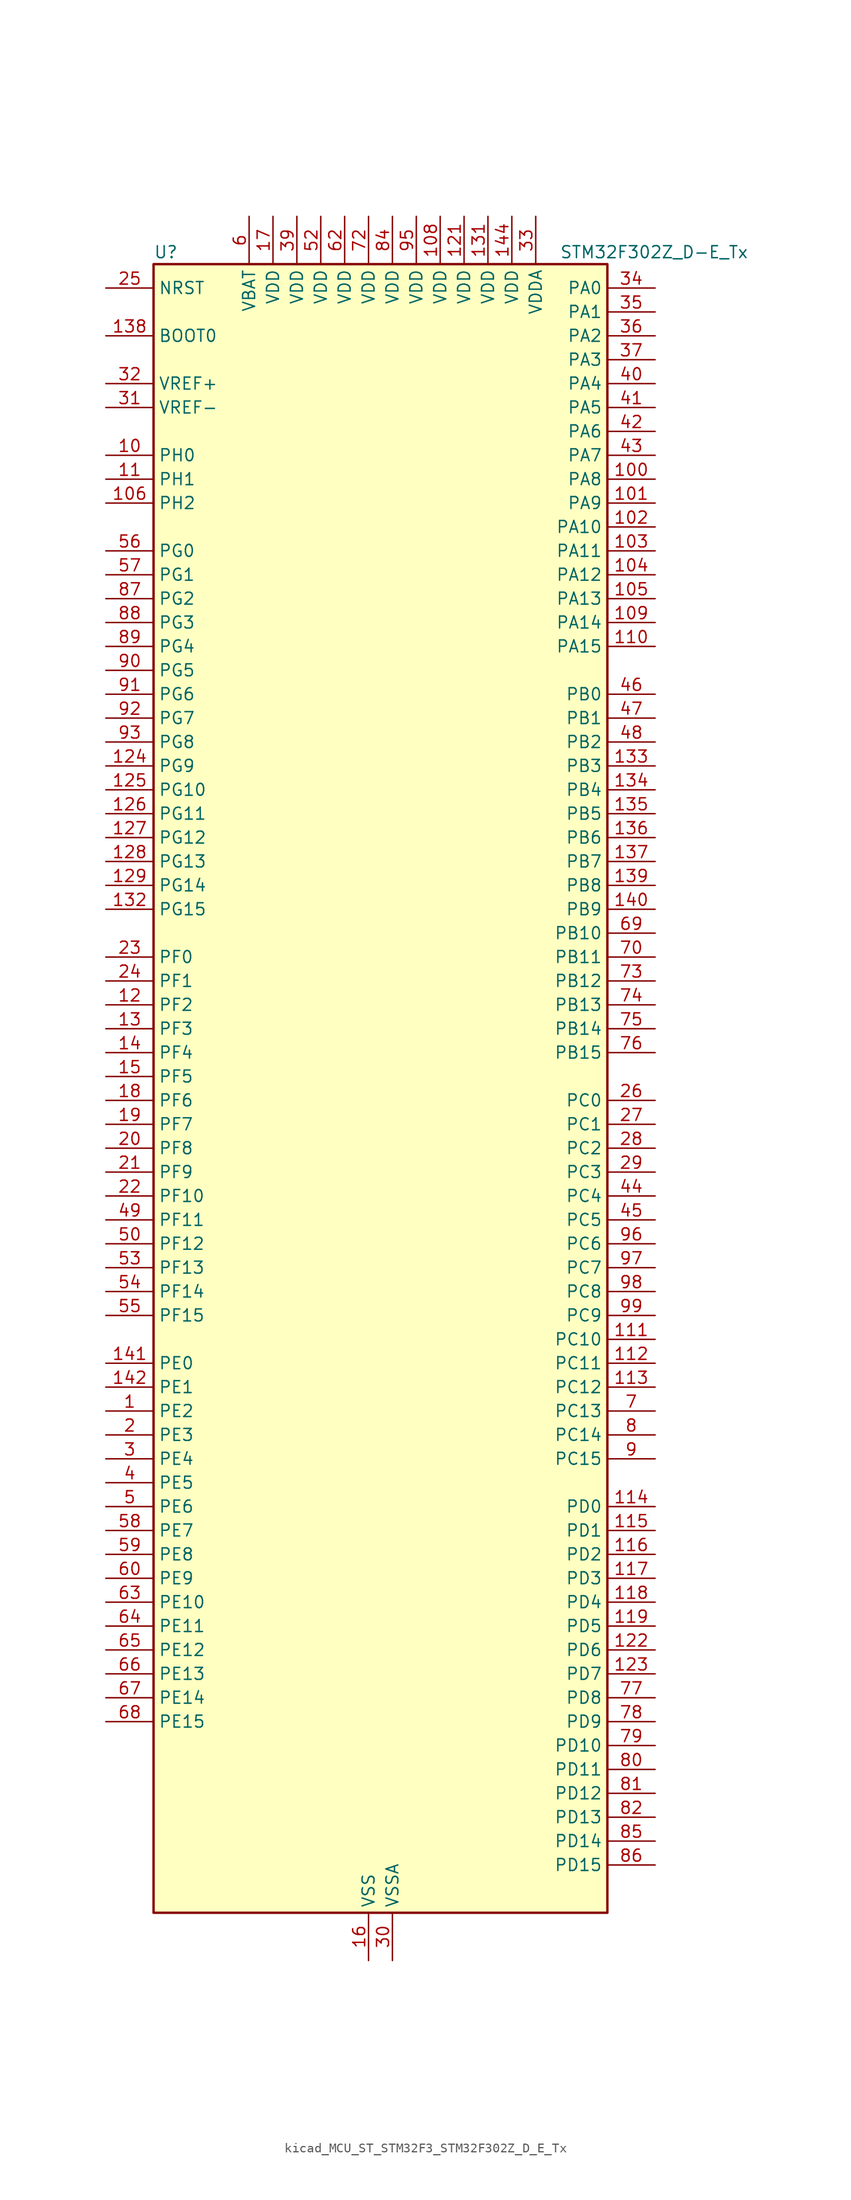
<source format=kicad_sym>
(kicad_symbol_lib
  (version 20220914)
  (generator kicad_symbol_editor)
  (symbol "kicad_MCU_ST_STM32F3_STM32F302Z_D_E_Tx"
    (property "Reference" "U"
      (at -22.86 90.17 0)
      (effects (font (size 1.27 1.27)) (justify left)))
    (property "Value" "STM32F302Z_D-E_Tx"
      (at 20.32 90.17 0)
      (effects (font (size 1.27 1.27)) (justify left)))
    (property "ki_locked" ""
      (at 0 0 0)
      (effects (font (size 1.27 1.27))))
    (symbol "kicad_MCU_ST_STM32F3_STM32F302Z_D_E_Tx_0_1"
      (rectangle (start -22.86 -86.36) (end 25.4 88.9) (stroke (width 0.254) (type default)) (fill (type background))))
    (symbol "kicad_MCU_ST_STM32F3_STM32F302Z_D_E_Tx_1_1"
      (pin bidirectional line (at -27.94 -33.02 0) (length 5.08) (name "PE2" (effects (font (size 1.27 1.27)))) (number "1" (effects (font (size 1.27 1.27)))) (alternate "FMC_A23" bidirectional line) (alternate "SPI4_SCK" bidirectional line) (alternate "SYS_TRACECK" bidirectional line) (alternate "TIM3_CH1" bidirectional line) (alternate "TSC_G7_IO1" bidirectional line))
      (pin bidirectional line (at -27.94 68.58 0) (length 5.08) (name "PH0" (effects (font (size 1.27 1.27)))) (number "10" (effects (font (size 1.27 1.27)))) (alternate "FMC_A0" bidirectional line))
      (pin bidirectional line (at 30.48 66.04 180) (length 5.08) (name "PA8" (effects (font (size 1.27 1.27)))) (number "100" (effects (font (size 1.27 1.27)))) (alternate "I2C2_SMBA" bidirectional line) (alternate "I2C3_SCL" bidirectional line) (alternate "I2S2_MCK" bidirectional line) (alternate "RCC_MCO" bidirectional line) (alternate "TIM1_CH1" bidirectional line) (alternate "TIM4_ETR" bidirectional line) (alternate "USART1_CK" bidirectional line))
      (pin bidirectional line (at 30.48 63.5 180) (length 5.08) (name "PA9" (effects (font (size 1.27 1.27)))) (number "101" (effects (font (size 1.27 1.27)))) (alternate "DAC1_EXTI9" bidirectional line) (alternate "I2C2_SCL" bidirectional line) (alternate "I2C3_SMBA" bidirectional line) (alternate "I2S3_MCK" bidirectional line) (alternate "TIM15_BKIN" bidirectional line) (alternate "TIM1_CH2" bidirectional line) (alternate "TIM2_CH3" bidirectional line) (alternate "TSC_G4_IO1" bidirectional line) (alternate "USART1_TX" bidirectional line))
      (pin bidirectional line (at 30.48 60.96 180) (length 5.08) (name "PA10" (effects (font (size 1.27 1.27)))) (number "102" (effects (font (size 1.27 1.27)))) (alternate "COMP6_OUT" bidirectional line) (alternate "I2C2_SDA" bidirectional line) (alternate "I2S2_ext_SD" bidirectional line) (alternate "SPI2_MISO" bidirectional line) (alternate "TIM17_BKIN" bidirectional line) (alternate "TIM1_CH3" bidirectional line) (alternate "TIM2_CH4" bidirectional line) (alternate "TSC_G4_IO2" bidirectional line) (alternate "USART1_RX" bidirectional line))
      (pin bidirectional line (at 30.48 58.42 180) (length 5.08) (name "PA11" (effects (font (size 1.27 1.27)))) (number "103" (effects (font (size 1.27 1.27)))) (alternate "ADC1_EXTI11" bidirectional line) (alternate "ADC2_EXTI11" bidirectional line) (alternate "CAN_RX" bidirectional line) (alternate "COMP1_OUT" bidirectional line) (alternate "I2S2_SD" bidirectional line) (alternate "SPI2_MOSI" bidirectional line) (alternate "TIM1_BKIN2" bidirectional line) (alternate "TIM1_CH1N" bidirectional line) (alternate "TIM1_CH4" bidirectional line) (alternate "TIM4_CH1" bidirectional line) (alternate "USART1_CTS" bidirectional line) (alternate "USB_DM" bidirectional line))
      (pin bidirectional line (at 30.48 55.88 180) (length 5.08) (name "PA12" (effects (font (size 1.27 1.27)))) (number "104" (effects (font (size 1.27 1.27)))) (alternate "CAN_TX" bidirectional line) (alternate "COMP2_OUT" bidirectional line) (alternate "I2S_CKIN" bidirectional line) (alternate "TIM16_CH1" bidirectional line) (alternate "TIM1_CH2N" bidirectional line) (alternate "TIM1_ETR" bidirectional line) (alternate "TIM4_CH2" bidirectional line) (alternate "USART1_DE" bidirectional line) (alternate "USART1_RTS" bidirectional line) (alternate "USB_DP" bidirectional line))
      (pin bidirectional line (at 30.48 53.34 180) (length 5.08) (name "PA13" (effects (font (size 1.27 1.27)))) (number "105" (effects (font (size 1.27 1.27)))) (alternate "IR_OUT" bidirectional line) (alternate "SYS_JTMS-SWDIO" bidirectional line) (alternate "TIM16_CH1N" bidirectional line) (alternate "TIM4_CH3" bidirectional line) (alternate "TSC_G4_IO3" bidirectional line) (alternate "USART3_CTS" bidirectional line))
      (pin bidirectional line (at -27.94 63.5 0) (length 5.08) (name "PH2" (effects (font (size 1.27 1.27)))) (number "106" (effects (font (size 1.27 1.27)))))
      (pin passive line (at 0 -91.44 90) (length 5.08) hide (name "VSS" (effects (font (size 1.27 1.27)))) (number "107" (effects (font (size 1.27 1.27)))))
      (pin power_in line (at 7.62 93.98 270) (length 5.08) (name "VDD" (effects (font (size 1.27 1.27)))) (number "108" (effects (font (size 1.27 1.27)))))
      (pin bidirectional line (at 30.48 50.8 180) (length 5.08) (name "PA14" (effects (font (size 1.27 1.27)))) (number "109" (effects (font (size 1.27 1.27)))) (alternate "I2C1_SDA" bidirectional line) (alternate "SYS_JTCK-SWCLK" bidirectional line) (alternate "TIM1_BKIN" bidirectional line) (alternate "TSC_G4_IO4" bidirectional line) (alternate "USART2_TX" bidirectional line))
      (pin bidirectional line (at -27.94 66.04 0) (length 5.08) (name "PH1" (effects (font (size 1.27 1.27)))) (number "11" (effects (font (size 1.27 1.27)))) (alternate "FMC_A1" bidirectional line))
      (pin bidirectional line (at 30.48 48.26 180) (length 5.08) (name "PA15" (effects (font (size 1.27 1.27)))) (number "110" (effects (font (size 1.27 1.27)))) (alternate "ADC1_EXTI15" bidirectional line) (alternate "ADC2_EXTI15" bidirectional line) (alternate "I2C1_SCL" bidirectional line) (alternate "I2S3_WS" bidirectional line) (alternate "SPI1_NSS" bidirectional line) (alternate "SPI3_NSS" bidirectional line) (alternate "SYS_JTDI" bidirectional line) (alternate "TIM1_BKIN" bidirectional line) (alternate "TIM2_CH1" bidirectional line) (alternate "TIM2_ETR" bidirectional line) (alternate "TSC_SYNC" bidirectional line) (alternate "USART2_RX" bidirectional line))
      (pin bidirectional line (at 30.48 -25.4 180) (length 5.08) (name "PC10" (effects (font (size 1.27 1.27)))) (number "111" (effects (font (size 1.27 1.27)))) (alternate "I2S3_CK" bidirectional line) (alternate "SPI3_SCK" bidirectional line) (alternate "UART4_TX" bidirectional line) (alternate "USART3_TX" bidirectional line))
      (pin bidirectional line (at 30.48 -27.94 180) (length 5.08) (name "PC11" (effects (font (size 1.27 1.27)))) (number "112" (effects (font (size 1.27 1.27)))) (alternate "ADC1_EXTI11" bidirectional line) (alternate "ADC2_EXTI11" bidirectional line) (alternate "I2S3_ext_SD" bidirectional line) (alternate "SPI3_MISO" bidirectional line) (alternate "UART4_RX" bidirectional line) (alternate "USART3_RX" bidirectional line))
      (pin bidirectional line (at 30.48 -30.48 180) (length 5.08) (name "PC12" (effects (font (size 1.27 1.27)))) (number "113" (effects (font (size 1.27 1.27)))) (alternate "I2S3_SD" bidirectional line) (alternate "SPI3_MOSI" bidirectional line) (alternate "UART5_TX" bidirectional line) (alternate "USART3_CK" bidirectional line))
      (pin bidirectional line (at 30.48 -43.18 180) (length 5.08) (name "PD0" (effects (font (size 1.27 1.27)))) (number "114" (effects (font (size 1.27 1.27)))) (alternate "CAN_RX" bidirectional line) (alternate "FMC_D2" bidirectional line) (alternate "FMC_DA2" bidirectional line))
      (pin bidirectional line (at 30.48 -45.72 180) (length 5.08) (name "PD1" (effects (font (size 1.27 1.27)))) (number "115" (effects (font (size 1.27 1.27)))) (alternate "CAN_TX" bidirectional line) (alternate "FMC_D3" bidirectional line) (alternate "FMC_DA3" bidirectional line))
      (pin bidirectional line (at 30.48 -48.26 180) (length 5.08) (name "PD2" (effects (font (size 1.27 1.27)))) (number "116" (effects (font (size 1.27 1.27)))) (alternate "TIM3_ETR" bidirectional line) (alternate "UART5_RX" bidirectional line))
      (pin bidirectional line (at 30.48 -50.8 180) (length 5.08) (name "PD3" (effects (font (size 1.27 1.27)))) (number "117" (effects (font (size 1.27 1.27)))) (alternate "FMC_CLK" bidirectional line) (alternate "TIM2_CH1" bidirectional line) (alternate "TIM2_ETR" bidirectional line) (alternate "USART2_CTS" bidirectional line))
      (pin bidirectional line (at 30.48 -53.34 180) (length 5.08) (name "PD4" (effects (font (size 1.27 1.27)))) (number "118" (effects (font (size 1.27 1.27)))) (alternate "FMC_NOE" bidirectional line) (alternate "TIM2_CH2" bidirectional line) (alternate "USART2_DE" bidirectional line) (alternate "USART2_RTS" bidirectional line))
      (pin bidirectional line (at 30.48 -55.88 180) (length 5.08) (name "PD5" (effects (font (size 1.27 1.27)))) (number "119" (effects (font (size 1.27 1.27)))) (alternate "FMC_NWE" bidirectional line) (alternate "USART2_TX" bidirectional line))
      (pin bidirectional line (at -27.94 10.16 0) (length 5.08) (name "PF2" (effects (font (size 1.27 1.27)))) (number "12" (effects (font (size 1.27 1.27)))) (alternate "ADC1_IN10" bidirectional line) (alternate "ADC2_IN10" bidirectional line) (alternate "FMC_A2" bidirectional line))
      (pin passive line (at 0 -91.44 90) (length 5.08) hide (name "VSS" (effects (font (size 1.27 1.27)))) (number "120" (effects (font (size 1.27 1.27)))))
      (pin power_in line (at 10.16 93.98 270) (length 5.08) (name "VDD" (effects (font (size 1.27 1.27)))) (number "121" (effects (font (size 1.27 1.27)))))
      (pin bidirectional line (at 30.48 -58.42 180) (length 5.08) (name "PD6" (effects (font (size 1.27 1.27)))) (number "122" (effects (font (size 1.27 1.27)))) (alternate "FMC_NWAIT" bidirectional line) (alternate "TIM2_CH4" bidirectional line) (alternate "USART2_RX" bidirectional line))
      (pin bidirectional line (at 30.48 -60.96 180) (length 5.08) (name "PD7" (effects (font (size 1.27 1.27)))) (number "123" (effects (font (size 1.27 1.27)))) (alternate "FMC_NCE2" bidirectional line) (alternate "FMC_NE1" bidirectional line) (alternate "TIM2_CH3" bidirectional line) (alternate "USART2_CK" bidirectional line))
      (pin bidirectional line (at -27.94 35.56 0) (length 5.08) (name "PG9" (effects (font (size 1.27 1.27)))) (number "124" (effects (font (size 1.27 1.27)))) (alternate "DAC1_EXTI9" bidirectional line) (alternate "FMC_NCE3" bidirectional line) (alternate "FMC_NE2" bidirectional line))
      (pin bidirectional line (at -27.94 33.02 0) (length 5.08) (name "PG10" (effects (font (size 1.27 1.27)))) (number "125" (effects (font (size 1.27 1.27)))) (alternate "FMC_NCE4_1" bidirectional line) (alternate "FMC_NE3" bidirectional line))
      (pin bidirectional line (at -27.94 30.48 0) (length 5.08) (name "PG11" (effects (font (size 1.27 1.27)))) (number "126" (effects (font (size 1.27 1.27)))) (alternate "ADC1_EXTI11" bidirectional line) (alternate "ADC2_EXTI11" bidirectional line) (alternate "FMC_NCE4_2" bidirectional line))
      (pin bidirectional line (at -27.94 27.94 0) (length 5.08) (name "PG12" (effects (font (size 1.27 1.27)))) (number "127" (effects (font (size 1.27 1.27)))) (alternate "FMC_NE4" bidirectional line))
      (pin bidirectional line (at -27.94 25.4 0) (length 5.08) (name "PG13" (effects (font (size 1.27 1.27)))) (number "128" (effects (font (size 1.27 1.27)))) (alternate "FMC_A24" bidirectional line))
      (pin bidirectional line (at -27.94 22.86 0) (length 5.08) (name "PG14" (effects (font (size 1.27 1.27)))) (number "129" (effects (font (size 1.27 1.27)))) (alternate "FMC_A25" bidirectional line))
      (pin bidirectional line (at -27.94 7.62 0) (length 5.08) (name "PF3" (effects (font (size 1.27 1.27)))) (number "13" (effects (font (size 1.27 1.27)))) (alternate "FMC_A3" bidirectional line))
      (pin passive line (at 0 -91.44 90) (length 5.08) hide (name "VSS" (effects (font (size 1.27 1.27)))) (number "130" (effects (font (size 1.27 1.27)))))
      (pin power_in line (at 12.7 93.98 270) (length 5.08) (name "VDD" (effects (font (size 1.27 1.27)))) (number "131" (effects (font (size 1.27 1.27)))))
      (pin bidirectional line (at -27.94 20.32 0) (length 5.08) (name "PG15" (effects (font (size 1.27 1.27)))) (number "132" (effects (font (size 1.27 1.27)))) (alternate "ADC1_EXTI15" bidirectional line) (alternate "ADC2_EXTI15" bidirectional line))
      (pin bidirectional line (at 30.48 35.56 180) (length 5.08) (name "PB3" (effects (font (size 1.27 1.27)))) (number "133" (effects (font (size 1.27 1.27)))) (alternate "I2S3_CK" bidirectional line) (alternate "SPI1_SCK" bidirectional line) (alternate "SPI3_SCK" bidirectional line) (alternate "SYS_JTDO-TRACESWO" bidirectional line) (alternate "TIM2_CH2" bidirectional line) (alternate "TIM3_ETR" bidirectional line) (alternate "TIM4_ETR" bidirectional line) (alternate "TSC_G5_IO1" bidirectional line) (alternate "USART2_TX" bidirectional line))
      (pin bidirectional line (at 30.48 33.02 180) (length 5.08) (name "PB4" (effects (font (size 1.27 1.27)))) (number "134" (effects (font (size 1.27 1.27)))) (alternate "I2S3_ext_SD" bidirectional line) (alternate "SPI1_MISO" bidirectional line) (alternate "SPI3_MISO" bidirectional line) (alternate "SYS_NJTRST" bidirectional line) (alternate "TIM16_CH1" bidirectional line) (alternate "TIM17_BKIN" bidirectional line) (alternate "TIM3_CH1" bidirectional line) (alternate "TSC_G5_IO2" bidirectional line) (alternate "USART2_RX" bidirectional line))
      (pin bidirectional line (at 30.48 30.48 180) (length 5.08) (name "PB5" (effects (font (size 1.27 1.27)))) (number "135" (effects (font (size 1.27 1.27)))) (alternate "I2C1_SMBA" bidirectional line) (alternate "I2C3_SDA" bidirectional line) (alternate "I2S3_SD" bidirectional line) (alternate "SPI1_MOSI" bidirectional line) (alternate "SPI3_MOSI" bidirectional line) (alternate "TIM16_BKIN" bidirectional line) (alternate "TIM17_CH1" bidirectional line) (alternate "TIM3_CH2" bidirectional line) (alternate "USART2_CK" bidirectional line))
      (pin bidirectional line (at 30.48 27.94 180) (length 5.08) (name "PB6" (effects (font (size 1.27 1.27)))) (number "136" (effects (font (size 1.27 1.27)))) (alternate "I2C1_SCL" bidirectional line) (alternate "TIM16_CH1N" bidirectional line) (alternate "TIM4_CH1" bidirectional line) (alternate "TSC_G5_IO3" bidirectional line) (alternate "USART1_TX" bidirectional line))
      (pin bidirectional line (at 30.48 25.4 180) (length 5.08) (name "PB7" (effects (font (size 1.27 1.27)))) (number "137" (effects (font (size 1.27 1.27)))) (alternate "FMC_NL" bidirectional line) (alternate "I2C1_SDA" bidirectional line) (alternate "TIM17_CH1N" bidirectional line) (alternate "TIM3_CH4" bidirectional line) (alternate "TIM4_CH2" bidirectional line) (alternate "TSC_G5_IO4" bidirectional line) (alternate "USART1_RX" bidirectional line))
      (pin input line (at -27.94 81.28 0) (length 5.08) (name "BOOT0" (effects (font (size 1.27 1.27)))) (number "138" (effects (font (size 1.27 1.27)))))
      (pin bidirectional line (at 30.48 22.86 180) (length 5.08) (name "PB8" (effects (font (size 1.27 1.27)))) (number "139" (effects (font (size 1.27 1.27)))) (alternate "CAN_RX" bidirectional line) (alternate "COMP1_OUT" bidirectional line) (alternate "I2C1_SCL" bidirectional line) (alternate "TIM16_CH1" bidirectional line) (alternate "TIM1_BKIN" bidirectional line) (alternate "TIM4_CH3" bidirectional line) (alternate "TSC_SYNC" bidirectional line) (alternate "USART3_RX" bidirectional line))
      (pin bidirectional line (at -27.94 5.08 0) (length 5.08) (name "PF4" (effects (font (size 1.27 1.27)))) (number "14" (effects (font (size 1.27 1.27)))) (alternate "ADC1_IN5" bidirectional line) (alternate "COMP1_OUT" bidirectional line) (alternate "FMC_A4" bidirectional line))
      (pin bidirectional line (at 30.48 20.32 180) (length 5.08) (name "PB9" (effects (font (size 1.27 1.27)))) (number "140" (effects (font (size 1.27 1.27)))) (alternate "CAN_TX" bidirectional line) (alternate "COMP2_OUT" bidirectional line) (alternate "DAC1_EXTI9" bidirectional line) (alternate "I2C1_SDA" bidirectional line) (alternate "IR_OUT" bidirectional line) (alternate "TIM17_CH1" bidirectional line) (alternate "TIM4_CH4" bidirectional line) (alternate "USART3_TX" bidirectional line))
      (pin bidirectional line (at -27.94 -27.94 0) (length 5.08) (name "PE0" (effects (font (size 1.27 1.27)))) (number "141" (effects (font (size 1.27 1.27)))) (alternate "FMC_NBL0" bidirectional line) (alternate "TIM16_CH1" bidirectional line) (alternate "TIM4_ETR" bidirectional line) (alternate "USART1_TX" bidirectional line))
      (pin bidirectional line (at -27.94 -30.48 0) (length 5.08) (name "PE1" (effects (font (size 1.27 1.27)))) (number "142" (effects (font (size 1.27 1.27)))) (alternate "FMC_NBL1" bidirectional line) (alternate "TIM17_CH1" bidirectional line) (alternate "USART1_RX" bidirectional line))
      (pin passive line (at 0 -91.44 90) (length 5.08) hide (name "VSS" (effects (font (size 1.27 1.27)))) (number "143" (effects (font (size 1.27 1.27)))))
      (pin power_in line (at 15.24 93.98 270) (length 5.08) (name "VDD" (effects (font (size 1.27 1.27)))) (number "144" (effects (font (size 1.27 1.27)))))
      (pin bidirectional line (at -27.94 2.54 0) (length 5.08) (name "PF5" (effects (font (size 1.27 1.27)))) (number "15" (effects (font (size 1.27 1.27)))) (alternate "FMC_A5" bidirectional line))
      (pin power_in line (at 0 -91.44 90) (length 5.08) (name "VSS" (effects (font (size 1.27 1.27)))) (number "16" (effects (font (size 1.27 1.27)))))
      (pin power_in line (at -10.16 93.98 270) (length 5.08) (name "VDD" (effects (font (size 1.27 1.27)))) (number "17" (effects (font (size 1.27 1.27)))))
      (pin bidirectional line (at -27.94 0 0) (length 5.08) (name "PF6" (effects (font (size 1.27 1.27)))) (number "18" (effects (font (size 1.27 1.27)))) (alternate "FMC_NIORD" bidirectional line) (alternate "I2C2_SCL" bidirectional line) (alternate "TIM4_CH4" bidirectional line) (alternate "USART3_DE" bidirectional line) (alternate "USART3_RTS" bidirectional line))
      (pin bidirectional line (at -27.94 -2.54 0) (length 5.08) (name "PF7" (effects (font (size 1.27 1.27)))) (number "19" (effects (font (size 1.27 1.27)))) (alternate "FMC_NREG" bidirectional line))
      (pin bidirectional line (at -27.94 -35.56 0) (length 5.08) (name "PE3" (effects (font (size 1.27 1.27)))) (number "2" (effects (font (size 1.27 1.27)))) (alternate "FMC_A19" bidirectional line) (alternate "SPI4_NSS" bidirectional line) (alternate "SYS_TRACED0" bidirectional line) (alternate "TIM3_CH2" bidirectional line) (alternate "TSC_G7_IO2" bidirectional line))
      (pin bidirectional line (at -27.94 -5.08 0) (length 5.08) (name "PF8" (effects (font (size 1.27 1.27)))) (number "20" (effects (font (size 1.27 1.27)))) (alternate "FMC_NIOWR" bidirectional line))
      (pin bidirectional line (at -27.94 -7.62 0) (length 5.08) (name "PF9" (effects (font (size 1.27 1.27)))) (number "21" (effects (font (size 1.27 1.27)))) (alternate "DAC1_EXTI9" bidirectional line) (alternate "FMC_CD" bidirectional line) (alternate "SPI2_SCK" bidirectional line) (alternate "TIM15_CH1" bidirectional line))
      (pin bidirectional line (at -27.94 -10.16 0) (length 5.08) (name "PF10" (effects (font (size 1.27 1.27)))) (number "22" (effects (font (size 1.27 1.27)))) (alternate "FMC_INTR" bidirectional line) (alternate "SPI2_SCK" bidirectional line) (alternate "TIM15_CH2" bidirectional line))
      (pin bidirectional line (at -27.94 15.24 0) (length 5.08) (name "PF0" (effects (font (size 1.27 1.27)))) (number "23" (effects (font (size 1.27 1.27)))) (alternate "I2C2_SDA" bidirectional line) (alternate "I2S2_WS" bidirectional line) (alternate "RCC_OSC_IN" bidirectional line) (alternate "SPI2_NSS" bidirectional line) (alternate "TIM1_CH3N" bidirectional line))
      (pin bidirectional line (at -27.94 12.7 0) (length 5.08) (name "PF1" (effects (font (size 1.27 1.27)))) (number "24" (effects (font (size 1.27 1.27)))) (alternate "I2C2_SCL" bidirectional line) (alternate "I2S2_CK" bidirectional line) (alternate "RCC_OSC_OUT" bidirectional line) (alternate "SPI2_SCK" bidirectional line))
      (pin input line (at -27.94 86.36 0) (length 5.08) (name "NRST" (effects (font (size 1.27 1.27)))) (number "25" (effects (font (size 1.27 1.27)))))
      (pin bidirectional line (at 30.48 0 180) (length 5.08) (name "PC0" (effects (font (size 1.27 1.27)))) (number "26" (effects (font (size 1.27 1.27)))) (alternate "ADC1_IN6" bidirectional line) (alternate "ADC2_IN6" bidirectional line) (alternate "TIM1_CH1" bidirectional line))
      (pin bidirectional line (at 30.48 -2.54 180) (length 5.08) (name "PC1" (effects (font (size 1.27 1.27)))) (number "27" (effects (font (size 1.27 1.27)))) (alternate "ADC1_IN7" bidirectional line) (alternate "ADC2_IN7" bidirectional line) (alternate "TIM1_CH2" bidirectional line))
      (pin bidirectional line (at 30.48 -5.08 180) (length 5.08) (name "PC2" (effects (font (size 1.27 1.27)))) (number "28" (effects (font (size 1.27 1.27)))) (alternate "ADC1_IN8" bidirectional line) (alternate "ADC2_IN8" bidirectional line) (alternate "TIM1_CH3" bidirectional line))
      (pin bidirectional line (at 30.48 -7.62 180) (length 5.08) (name "PC3" (effects (font (size 1.27 1.27)))) (number "29" (effects (font (size 1.27 1.27)))) (alternate "ADC1_IN9" bidirectional line) (alternate "ADC2_IN9" bidirectional line) (alternate "TIM1_BKIN2" bidirectional line) (alternate "TIM1_CH4" bidirectional line))
      (pin bidirectional line (at -27.94 -38.1 0) (length 5.08) (name "PE4" (effects (font (size 1.27 1.27)))) (number "3" (effects (font (size 1.27 1.27)))) (alternate "FMC_A20" bidirectional line) (alternate "SPI4_NSS" bidirectional line) (alternate "SYS_TRACED1" bidirectional line) (alternate "TIM3_CH3" bidirectional line) (alternate "TSC_G7_IO3" bidirectional line))
      (pin power_in line (at 2.54 -91.44 90) (length 5.08) (name "VSSA" (effects (font (size 1.27 1.27)))) (number "30" (effects (font (size 1.27 1.27)))))
      (pin input line (at -27.94 73.66 0) (length 5.08) (name "VREF-" (effects (font (size 1.27 1.27)))) (number "31" (effects (font (size 1.27 1.27)))))
      (pin input line (at -27.94 76.2 0) (length 5.08) (name "VREF+" (effects (font (size 1.27 1.27)))) (number "32" (effects (font (size 1.27 1.27)))))
      (pin power_in line (at 17.78 93.98 270) (length 5.08) (name "VDDA" (effects (font (size 1.27 1.27)))) (number "33" (effects (font (size 1.27 1.27)))))
      (pin bidirectional line (at 30.48 86.36 180) (length 5.08) (name "PA0" (effects (font (size 1.27 1.27)))) (number "34" (effects (font (size 1.27 1.27)))) (alternate "ADC1_IN1" bidirectional line) (alternate "COMP1_INM" bidirectional line) (alternate "COMP1_OUT" bidirectional line) (alternate "RTC_TAMP2" bidirectional line) (alternate "SYS_WKUP1" bidirectional line) (alternate "TIM2_CH1" bidirectional line) (alternate "TIM2_ETR" bidirectional line) (alternate "TSC_G1_IO1" bidirectional line) (alternate "USART2_CTS" bidirectional line))
      (pin bidirectional line (at 30.48 83.82 180) (length 5.08) (name "PA1" (effects (font (size 1.27 1.27)))) (number "35" (effects (font (size 1.27 1.27)))) (alternate "ADC1_IN2" bidirectional line) (alternate "COMP1_INP" bidirectional line) (alternate "OPAMP1_VINP" bidirectional line) (alternate "OPAMP1_VINP_SEC" bidirectional line) (alternate "RTC_REFIN" bidirectional line) (alternate "TIM15_CH1N" bidirectional line) (alternate "TIM2_CH2" bidirectional line) (alternate "TSC_G1_IO2" bidirectional line) (alternate "USART2_DE" bidirectional line) (alternate "USART2_RTS" bidirectional line))
      (pin bidirectional line (at 30.48 81.28 180) (length 5.08) (name "PA2" (effects (font (size 1.27 1.27)))) (number "36" (effects (font (size 1.27 1.27)))) (alternate "ADC1_IN3" bidirectional line) (alternate "COMP2_INM" bidirectional line) (alternate "COMP2_OUT" bidirectional line) (alternate "OPAMP1_VOUT" bidirectional line) (alternate "TIM15_CH1" bidirectional line) (alternate "TIM2_CH3" bidirectional line) (alternate "TSC_G1_IO3" bidirectional line) (alternate "USART2_TX" bidirectional line))
      (pin bidirectional line (at 30.48 78.74 180) (length 5.08) (name "PA3" (effects (font (size 1.27 1.27)))) (number "37" (effects (font (size 1.27 1.27)))) (alternate "ADC1_IN4" bidirectional line) (alternate "OPAMP1_VINM" bidirectional line) (alternate "OPAMP1_VINM_SEC" bidirectional line) (alternate "OPAMP1_VINP" bidirectional line) (alternate "OPAMP1_VINP_SEC" bidirectional line) (alternate "TIM15_CH2" bidirectional line) (alternate "TIM2_CH4" bidirectional line) (alternate "TSC_G1_IO4" bidirectional line) (alternate "USART2_RX" bidirectional line))
      (pin passive line (at 0 -91.44 90) (length 5.08) hide (name "VSS" (effects (font (size 1.27 1.27)))) (number "38" (effects (font (size 1.27 1.27)))))
      (pin power_in line (at -7.62 93.98 270) (length 5.08) (name "VDD" (effects (font (size 1.27 1.27)))) (number "39" (effects (font (size 1.27 1.27)))))
      (pin bidirectional line (at -27.94 -40.64 0) (length 5.08) (name "PE5" (effects (font (size 1.27 1.27)))) (number "4" (effects (font (size 1.27 1.27)))) (alternate "FMC_A21" bidirectional line) (alternate "SPI4_MISO" bidirectional line) (alternate "SYS_TRACED2" bidirectional line) (alternate "TIM3_CH4" bidirectional line) (alternate "TSC_G7_IO4" bidirectional line))
      (pin bidirectional line (at 30.48 76.2 180) (length 5.08) (name "PA4" (effects (font (size 1.27 1.27)))) (number "40" (effects (font (size 1.27 1.27)))) (alternate "ADC2_IN1" bidirectional line) (alternate "COMP1_INM" bidirectional line) (alternate "COMP2_INM" bidirectional line) (alternate "COMP4_INM" bidirectional line) (alternate "COMP6_INM" bidirectional line) (alternate "DAC1_OUT1" bidirectional line) (alternate "I2S3_WS" bidirectional line) (alternate "SPI1_NSS" bidirectional line) (alternate "SPI3_NSS" bidirectional line) (alternate "TIM3_CH2" bidirectional line) (alternate "TSC_G2_IO1" bidirectional line) (alternate "USART2_CK" bidirectional line))
      (pin bidirectional line (at 30.48 73.66 180) (length 5.08) (name "PA5" (effects (font (size 1.27 1.27)))) (number "41" (effects (font (size 1.27 1.27)))) (alternate "ADC2_IN2" bidirectional line) (alternate "COMP1_INM" bidirectional line) (alternate "COMP2_INM" bidirectional line) (alternate "COMP4_INM" bidirectional line) (alternate "COMP6_INM" bidirectional line) (alternate "OPAMP1_VINP" bidirectional line) (alternate "OPAMP1_VINP_SEC" bidirectional line) (alternate "OPAMP2_VINM" bidirectional line) (alternate "OPAMP2_VINM_SEC" bidirectional line) (alternate "SPI1_SCK" bidirectional line) (alternate "TIM2_CH1" bidirectional line) (alternate "TIM2_ETR" bidirectional line) (alternate "TSC_G2_IO2" bidirectional line))
      (pin bidirectional line (at 30.48 71.12 180) (length 5.08) (name "PA6" (effects (font (size 1.27 1.27)))) (number "42" (effects (font (size 1.27 1.27)))) (alternate "ADC2_IN3" bidirectional line) (alternate "COMP1_OUT" bidirectional line) (alternate "OPAMP2_VOUT" bidirectional line) (alternate "SPI1_MISO" bidirectional line) (alternate "TIM16_CH1" bidirectional line) (alternate "TIM1_BKIN" bidirectional line) (alternate "TIM3_CH1" bidirectional line) (alternate "TSC_G2_IO3" bidirectional line))
      (pin bidirectional line (at 30.48 68.58 180) (length 5.08) (name "PA7" (effects (font (size 1.27 1.27)))) (number "43" (effects (font (size 1.27 1.27)))) (alternate "ADC2_IN4" bidirectional line) (alternate "COMP2_INP" bidirectional line) (alternate "OPAMP1_VINP" bidirectional line) (alternate "OPAMP1_VINP_SEC" bidirectional line) (alternate "OPAMP2_VINP" bidirectional line) (alternate "OPAMP2_VINP_SEC" bidirectional line) (alternate "SPI1_MOSI" bidirectional line) (alternate "TIM17_CH1" bidirectional line) (alternate "TIM1_CH1N" bidirectional line) (alternate "TIM3_CH2" bidirectional line) (alternate "TSC_G2_IO4" bidirectional line))
      (pin bidirectional line (at 30.48 -10.16 180) (length 5.08) (name "PC4" (effects (font (size 1.27 1.27)))) (number "44" (effects (font (size 1.27 1.27)))) (alternate "ADC2_IN5" bidirectional line) (alternate "TIM1_ETR" bidirectional line) (alternate "USART1_TX" bidirectional line))
      (pin bidirectional line (at 30.48 -12.7 180) (length 5.08) (name "PC5" (effects (font (size 1.27 1.27)))) (number "45" (effects (font (size 1.27 1.27)))) (alternate "ADC2_IN11" bidirectional line) (alternate "OPAMP1_VINM" bidirectional line) (alternate "OPAMP1_VINM_SEC" bidirectional line) (alternate "OPAMP2_VINM" bidirectional line) (alternate "OPAMP2_VINM_SEC" bidirectional line) (alternate "TIM15_BKIN" bidirectional line) (alternate "TSC_G3_IO1" bidirectional line) (alternate "USART1_RX" bidirectional line))
      (pin bidirectional line (at 30.48 43.18 180) (length 5.08) (name "PB0" (effects (font (size 1.27 1.27)))) (number "46" (effects (font (size 1.27 1.27)))) (alternate "COMP4_INP" bidirectional line) (alternate "OPAMP2_VINP" bidirectional line) (alternate "OPAMP2_VINP_SEC" bidirectional line) (alternate "TIM1_CH2N" bidirectional line) (alternate "TIM3_CH3" bidirectional line) (alternate "TSC_G3_IO2" bidirectional line))
      (pin bidirectional line (at 30.48 40.64 180) (length 5.08) (name "PB1" (effects (font (size 1.27 1.27)))) (number "47" (effects (font (size 1.27 1.27)))) (alternate "COMP4_OUT" bidirectional line) (alternate "TIM1_CH3N" bidirectional line) (alternate "TIM3_CH4" bidirectional line) (alternate "TSC_G3_IO3" bidirectional line))
      (pin bidirectional line (at 30.48 38.1 180) (length 5.08) (name "PB2" (effects (font (size 1.27 1.27)))) (number "48" (effects (font (size 1.27 1.27)))) (alternate "ADC2_IN12" bidirectional line) (alternate "COMP4_INM" bidirectional line) (alternate "TSC_G3_IO4" bidirectional line))
      (pin bidirectional line (at -27.94 -12.7 0) (length 5.08) (name "PF11" (effects (font (size 1.27 1.27)))) (number "49" (effects (font (size 1.27 1.27)))) (alternate "ADC1_EXTI11" bidirectional line) (alternate "ADC2_EXTI11" bidirectional line))
      (pin bidirectional line (at -27.94 -43.18 0) (length 5.08) (name "PE6" (effects (font (size 1.27 1.27)))) (number "5" (effects (font (size 1.27 1.27)))) (alternate "FMC_A22" bidirectional line) (alternate "RTC_TAMP3" bidirectional line) (alternate "SPI4_MOSI" bidirectional line) (alternate "SYS_TRACED3" bidirectional line) (alternate "SYS_WKUP3" bidirectional line))
      (pin bidirectional line (at -27.94 -15.24 0) (length 5.08) (name "PF12" (effects (font (size 1.27 1.27)))) (number "50" (effects (font (size 1.27 1.27)))) (alternate "FMC_A6" bidirectional line))
      (pin passive line (at 0 -91.44 90) (length 5.08) hide (name "VSS" (effects (font (size 1.27 1.27)))) (number "51" (effects (font (size 1.27 1.27)))))
      (pin power_in line (at -5.08 93.98 270) (length 5.08) (name "VDD" (effects (font (size 1.27 1.27)))) (number "52" (effects (font (size 1.27 1.27)))))
      (pin bidirectional line (at -27.94 -17.78 0) (length 5.08) (name "PF13" (effects (font (size 1.27 1.27)))) (number "53" (effects (font (size 1.27 1.27)))) (alternate "FMC_A7" bidirectional line))
      (pin bidirectional line (at -27.94 -20.32 0) (length 5.08) (name "PF14" (effects (font (size 1.27 1.27)))) (number "54" (effects (font (size 1.27 1.27)))) (alternate "FMC_A8" bidirectional line))
      (pin bidirectional line (at -27.94 -22.86 0) (length 5.08) (name "PF15" (effects (font (size 1.27 1.27)))) (number "55" (effects (font (size 1.27 1.27)))) (alternate "ADC1_EXTI15" bidirectional line) (alternate "ADC2_EXTI15" bidirectional line) (alternate "FMC_A9" bidirectional line))
      (pin bidirectional line (at -27.94 58.42 0) (length 5.08) (name "PG0" (effects (font (size 1.27 1.27)))) (number "56" (effects (font (size 1.27 1.27)))) (alternate "FMC_A10" bidirectional line))
      (pin bidirectional line (at -27.94 55.88 0) (length 5.08) (name "PG1" (effects (font (size 1.27 1.27)))) (number "57" (effects (font (size 1.27 1.27)))) (alternate "FMC_A11" bidirectional line))
      (pin bidirectional line (at -27.94 -45.72 0) (length 5.08) (name "PE7" (effects (font (size 1.27 1.27)))) (number "58" (effects (font (size 1.27 1.27)))) (alternate "FMC_D4" bidirectional line) (alternate "FMC_DA4" bidirectional line) (alternate "TIM1_ETR" bidirectional line))
      (pin bidirectional line (at -27.94 -48.26 0) (length 5.08) (name "PE8" (effects (font (size 1.27 1.27)))) (number "59" (effects (font (size 1.27 1.27)))) (alternate "COMP4_INM" bidirectional line) (alternate "FMC_D5" bidirectional line) (alternate "FMC_DA5" bidirectional line) (alternate "TIM1_CH1N" bidirectional line))
      (pin power_in line (at -12.7 93.98 270) (length 5.08) (name "VBAT" (effects (font (size 1.27 1.27)))) (number "6" (effects (font (size 1.27 1.27)))))
      (pin bidirectional line (at -27.94 -50.8 0) (length 5.08) (name "PE9" (effects (font (size 1.27 1.27)))) (number "60" (effects (font (size 1.27 1.27)))) (alternate "DAC1_EXTI9" bidirectional line) (alternate "FMC_D6" bidirectional line) (alternate "FMC_DA6" bidirectional line) (alternate "TIM1_CH1" bidirectional line))
      (pin passive line (at 0 -91.44 90) (length 5.08) hide (name "VSS" (effects (font (size 1.27 1.27)))) (number "61" (effects (font (size 1.27 1.27)))))
      (pin power_in line (at -2.54 93.98 270) (length 5.08) (name "VDD" (effects (font (size 1.27 1.27)))) (number "62" (effects (font (size 1.27 1.27)))))
      (pin bidirectional line (at -27.94 -53.34 0) (length 5.08) (name "PE10" (effects (font (size 1.27 1.27)))) (number "63" (effects (font (size 1.27 1.27)))) (alternate "FMC_D7" bidirectional line) (alternate "FMC_DA7" bidirectional line) (alternate "TIM1_CH2N" bidirectional line))
      (pin bidirectional line (at -27.94 -55.88 0) (length 5.08) (name "PE11" (effects (font (size 1.27 1.27)))) (number "64" (effects (font (size 1.27 1.27)))) (alternate "ADC1_EXTI11" bidirectional line) (alternate "ADC2_EXTI11" bidirectional line) (alternate "FMC_D8" bidirectional line) (alternate "FMC_DA8" bidirectional line) (alternate "SPI4_NSS" bidirectional line) (alternate "TIM1_CH2" bidirectional line))
      (pin bidirectional line (at -27.94 -58.42 0) (length 5.08) (name "PE12" (effects (font (size 1.27 1.27)))) (number "65" (effects (font (size 1.27 1.27)))) (alternate "FMC_D9" bidirectional line) (alternate "FMC_DA9" bidirectional line) (alternate "SPI4_SCK" bidirectional line) (alternate "TIM1_CH3N" bidirectional line))
      (pin bidirectional line (at -27.94 -60.96 0) (length 5.08) (name "PE13" (effects (font (size 1.27 1.27)))) (number "66" (effects (font (size 1.27 1.27)))) (alternate "FMC_D10" bidirectional line) (alternate "FMC_DA10" bidirectional line) (alternate "SPI4_MISO" bidirectional line) (alternate "TIM1_CH3" bidirectional line))
      (pin bidirectional line (at -27.94 -63.5 0) (length 5.08) (name "PE14" (effects (font (size 1.27 1.27)))) (number "67" (effects (font (size 1.27 1.27)))) (alternate "FMC_D11" bidirectional line) (alternate "FMC_DA11" bidirectional line) (alternate "SPI4_MOSI" bidirectional line) (alternate "TIM1_BKIN2" bidirectional line) (alternate "TIM1_CH4" bidirectional line))
      (pin bidirectional line (at -27.94 -66.04 0) (length 5.08) (name "PE15" (effects (font (size 1.27 1.27)))) (number "68" (effects (font (size 1.27 1.27)))) (alternate "ADC1_EXTI15" bidirectional line) (alternate "ADC2_EXTI15" bidirectional line) (alternate "FMC_D12" bidirectional line) (alternate "FMC_DA12" bidirectional line) (alternate "TIM1_BKIN" bidirectional line) (alternate "USART3_RX" bidirectional line))
      (pin bidirectional line (at 30.48 17.78 180) (length 5.08) (name "PB10" (effects (font (size 1.27 1.27)))) (number "69" (effects (font (size 1.27 1.27)))) (alternate "TIM2_CH3" bidirectional line) (alternate "TSC_SYNC" bidirectional line) (alternate "USART3_TX" bidirectional line))
      (pin bidirectional line (at 30.48 -33.02 180) (length 5.08) (name "PC13" (effects (font (size 1.27 1.27)))) (number "7" (effects (font (size 1.27 1.27)))) (alternate "RTC_OUT_ALARM" bidirectional line) (alternate "RTC_OUT_CALIB" bidirectional line) (alternate "RTC_TAMP1" bidirectional line) (alternate "RTC_TS" bidirectional line) (alternate "SYS_WKUP2" bidirectional line) (alternate "TIM1_CH1N" bidirectional line))
      (pin bidirectional line (at 30.48 15.24 180) (length 5.08) (name "PB11" (effects (font (size 1.27 1.27)))) (number "70" (effects (font (size 1.27 1.27)))) (alternate "ADC1_EXTI11" bidirectional line) (alternate "ADC1_IN14" bidirectional line) (alternate "ADC2_EXTI11" bidirectional line) (alternate "ADC2_IN14" bidirectional line) (alternate "COMP6_INP" bidirectional line) (alternate "TIM2_CH4" bidirectional line) (alternate "TSC_G6_IO1" bidirectional line) (alternate "USART3_RX" bidirectional line))
      (pin passive line (at 0 -91.44 90) (length 5.08) hide (name "VSS" (effects (font (size 1.27 1.27)))) (number "71" (effects (font (size 1.27 1.27)))))
      (pin power_in line (at 0 93.98 270) (length 5.08) (name "VDD" (effects (font (size 1.27 1.27)))) (number "72" (effects (font (size 1.27 1.27)))))
      (pin bidirectional line (at 30.48 12.7 180) (length 5.08) (name "PB12" (effects (font (size 1.27 1.27)))) (number "73" (effects (font (size 1.27 1.27)))) (alternate "I2C2_SMBA" bidirectional line) (alternate "I2S2_WS" bidirectional line) (alternate "SPI2_NSS" bidirectional line) (alternate "TIM1_BKIN" bidirectional line) (alternate "TSC_G6_IO2" bidirectional line) (alternate "USART3_CK" bidirectional line))
      (pin bidirectional line (at 30.48 10.16 180) (length 5.08) (name "PB13" (effects (font (size 1.27 1.27)))) (number "74" (effects (font (size 1.27 1.27)))) (alternate "I2S2_CK" bidirectional line) (alternate "SPI2_SCK" bidirectional line) (alternate "TIM1_CH1N" bidirectional line) (alternate "TSC_G6_IO3" bidirectional line) (alternate "USART3_CTS" bidirectional line))
      (pin bidirectional line (at 30.48 7.62 180) (length 5.08) (name "PB14" (effects (font (size 1.27 1.27)))) (number "75" (effects (font (size 1.27 1.27)))) (alternate "I2S2_ext_SD" bidirectional line) (alternate "OPAMP2_VINP" bidirectional line) (alternate "OPAMP2_VINP_SEC" bidirectional line) (alternate "SPI2_MISO" bidirectional line) (alternate "TIM15_CH1" bidirectional line) (alternate "TIM1_CH2N" bidirectional line) (alternate "TSC_G6_IO4" bidirectional line) (alternate "USART3_DE" bidirectional line) (alternate "USART3_RTS" bidirectional line))
      (pin bidirectional line (at 30.48 5.08 180) (length 5.08) (name "PB15" (effects (font (size 1.27 1.27)))) (number "76" (effects (font (size 1.27 1.27)))) (alternate "ADC1_EXTI15" bidirectional line) (alternate "ADC2_EXTI15" bidirectional line) (alternate "COMP6_INM" bidirectional line) (alternate "I2S2_SD" bidirectional line) (alternate "RTC_REFIN" bidirectional line) (alternate "SPI2_MOSI" bidirectional line) (alternate "TIM15_CH1N" bidirectional line) (alternate "TIM15_CH2" bidirectional line) (alternate "TIM1_CH3N" bidirectional line))
      (pin bidirectional line (at 30.48 -63.5 180) (length 5.08) (name "PD8" (effects (font (size 1.27 1.27)))) (number "77" (effects (font (size 1.27 1.27)))) (alternate "FMC_D13" bidirectional line) (alternate "FMC_DA13" bidirectional line) (alternate "USART3_TX" bidirectional line))
      (pin bidirectional line (at 30.48 -66.04 180) (length 5.08) (name "PD9" (effects (font (size 1.27 1.27)))) (number "78" (effects (font (size 1.27 1.27)))) (alternate "DAC1_EXTI9" bidirectional line) (alternate "FMC_D14" bidirectional line) (alternate "FMC_DA14" bidirectional line) (alternate "USART3_RX" bidirectional line))
      (pin bidirectional line (at 30.48 -68.58 180) (length 5.08) (name "PD10" (effects (font (size 1.27 1.27)))) (number "79" (effects (font (size 1.27 1.27)))) (alternate "COMP6_INM" bidirectional line) (alternate "FMC_D15" bidirectional line) (alternate "FMC_DA15" bidirectional line) (alternate "USART3_CK" bidirectional line))
      (pin bidirectional line (at 30.48 -35.56 180) (length 5.08) (name "PC14" (effects (font (size 1.27 1.27)))) (number "8" (effects (font (size 1.27 1.27)))) (alternate "RCC_OSC32_IN" bidirectional line))
      (pin bidirectional line (at 30.48 -71.12 180) (length 5.08) (name "PD11" (effects (font (size 1.27 1.27)))) (number "80" (effects (font (size 1.27 1.27)))) (alternate "ADC1_EXTI11" bidirectional line) (alternate "ADC2_EXTI11" bidirectional line) (alternate "FMC_A16" bidirectional line) (alternate "FMC_CLE" bidirectional line) (alternate "USART3_CTS" bidirectional line))
      (pin bidirectional line (at 30.48 -73.66 180) (length 5.08) (name "PD12" (effects (font (size 1.27 1.27)))) (number "81" (effects (font (size 1.27 1.27)))) (alternate "FMC_A17" bidirectional line) (alternate "FMC_ALE" bidirectional line) (alternate "TIM4_CH1" bidirectional line) (alternate "TSC_G8_IO1" bidirectional line) (alternate "USART3_DE" bidirectional line) (alternate "USART3_RTS" bidirectional line))
      (pin bidirectional line (at 30.48 -76.2 180) (length 5.08) (name "PD13" (effects (font (size 1.27 1.27)))) (number "82" (effects (font (size 1.27 1.27)))) (alternate "FMC_A18" bidirectional line) (alternate "TIM4_CH2" bidirectional line) (alternate "TSC_G8_IO2" bidirectional line))
      (pin passive line (at 0 -91.44 90) (length 5.08) hide (name "VSS" (effects (font (size 1.27 1.27)))) (number "83" (effects (font (size 1.27 1.27)))))
      (pin power_in line (at 2.54 93.98 270) (length 5.08) (name "VDD" (effects (font (size 1.27 1.27)))) (number "84" (effects (font (size 1.27 1.27)))))
      (pin bidirectional line (at 30.48 -78.74 180) (length 5.08) (name "PD14" (effects (font (size 1.27 1.27)))) (number "85" (effects (font (size 1.27 1.27)))) (alternate "FMC_D0" bidirectional line) (alternate "FMC_DA0" bidirectional line) (alternate "OPAMP2_VINP" bidirectional line) (alternate "OPAMP2_VINP_SEC" bidirectional line) (alternate "TIM4_CH3" bidirectional line) (alternate "TSC_G8_IO3" bidirectional line))
      (pin bidirectional line (at 30.48 -81.28 180) (length 5.08) (name "PD15" (effects (font (size 1.27 1.27)))) (number "86" (effects (font (size 1.27 1.27)))) (alternate "ADC1_EXTI15" bidirectional line) (alternate "ADC2_EXTI15" bidirectional line) (alternate "FMC_D1" bidirectional line) (alternate "FMC_DA1" bidirectional line) (alternate "SPI2_NSS" bidirectional line) (alternate "TIM4_CH4" bidirectional line) (alternate "TSC_G8_IO4" bidirectional line))
      (pin bidirectional line (at -27.94 53.34 0) (length 5.08) (name "PG2" (effects (font (size 1.27 1.27)))) (number "87" (effects (font (size 1.27 1.27)))) (alternate "FMC_A12" bidirectional line))
      (pin bidirectional line (at -27.94 50.8 0) (length 5.08) (name "PG3" (effects (font (size 1.27 1.27)))) (number "88" (effects (font (size 1.27 1.27)))) (alternate "FMC_A13" bidirectional line))
      (pin bidirectional line (at -27.94 48.26 0) (length 5.08) (name "PG4" (effects (font (size 1.27 1.27)))) (number "89" (effects (font (size 1.27 1.27)))) (alternate "FMC_A14" bidirectional line))
      (pin bidirectional line (at 30.48 -38.1 180) (length 5.08) (name "PC15" (effects (font (size 1.27 1.27)))) (number "9" (effects (font (size 1.27 1.27)))) (alternate "ADC1_EXTI15" bidirectional line) (alternate "ADC2_EXTI15" bidirectional line) (alternate "RCC_OSC32_OUT" bidirectional line))
      (pin bidirectional line (at -27.94 45.72 0) (length 5.08) (name "PG5" (effects (font (size 1.27 1.27)))) (number "90" (effects (font (size 1.27 1.27)))) (alternate "FMC_A15" bidirectional line))
      (pin bidirectional line (at -27.94 43.18 0) (length 5.08) (name "PG6" (effects (font (size 1.27 1.27)))) (number "91" (effects (font (size 1.27 1.27)))) (alternate "FMC_INT2" bidirectional line))
      (pin bidirectional line (at -27.94 40.64 0) (length 5.08) (name "PG7" (effects (font (size 1.27 1.27)))) (number "92" (effects (font (size 1.27 1.27)))) (alternate "FMC_INT3" bidirectional line))
      (pin bidirectional line (at -27.94 38.1 0) (length 5.08) (name "PG8" (effects (font (size 1.27 1.27)))) (number "93" (effects (font (size 1.27 1.27)))))
      (pin passive line (at 0 -91.44 90) (length 5.08) hide (name "VSS" (effects (font (size 1.27 1.27)))) (number "94" (effects (font (size 1.27 1.27)))))
      (pin power_in line (at 5.08 93.98 270) (length 5.08) (name "VDD" (effects (font (size 1.27 1.27)))) (number "95" (effects (font (size 1.27 1.27)))))
      (pin bidirectional line (at 30.48 -15.24 180) (length 5.08) (name "PC6" (effects (font (size 1.27 1.27)))) (number "96" (effects (font (size 1.27 1.27)))) (alternate "COMP6_OUT" bidirectional line) (alternate "I2S2_MCK" bidirectional line) (alternate "TIM3_CH1" bidirectional line))
      (pin bidirectional line (at 30.48 -17.78 180) (length 5.08) (name "PC7" (effects (font (size 1.27 1.27)))) (number "97" (effects (font (size 1.27 1.27)))) (alternate "I2S3_MCK" bidirectional line) (alternate "TIM3_CH2" bidirectional line))
      (pin bidirectional line (at 30.48 -20.32 180) (length 5.08) (name "PC8" (effects (font (size 1.27 1.27)))) (number "98" (effects (font (size 1.27 1.27)))) (alternate "TIM3_CH3" bidirectional line))
      (pin bidirectional line (at 30.48 -22.86 180) (length 5.08) (name "PC9" (effects (font (size 1.27 1.27)))) (number "99" (effects (font (size 1.27 1.27)))) (alternate "DAC1_EXTI9" bidirectional line) (alternate "I2C3_SDA" bidirectional line) (alternate "I2S_CKIN" bidirectional line) (alternate "TIM3_CH4" bidirectional line)))))
</source>
